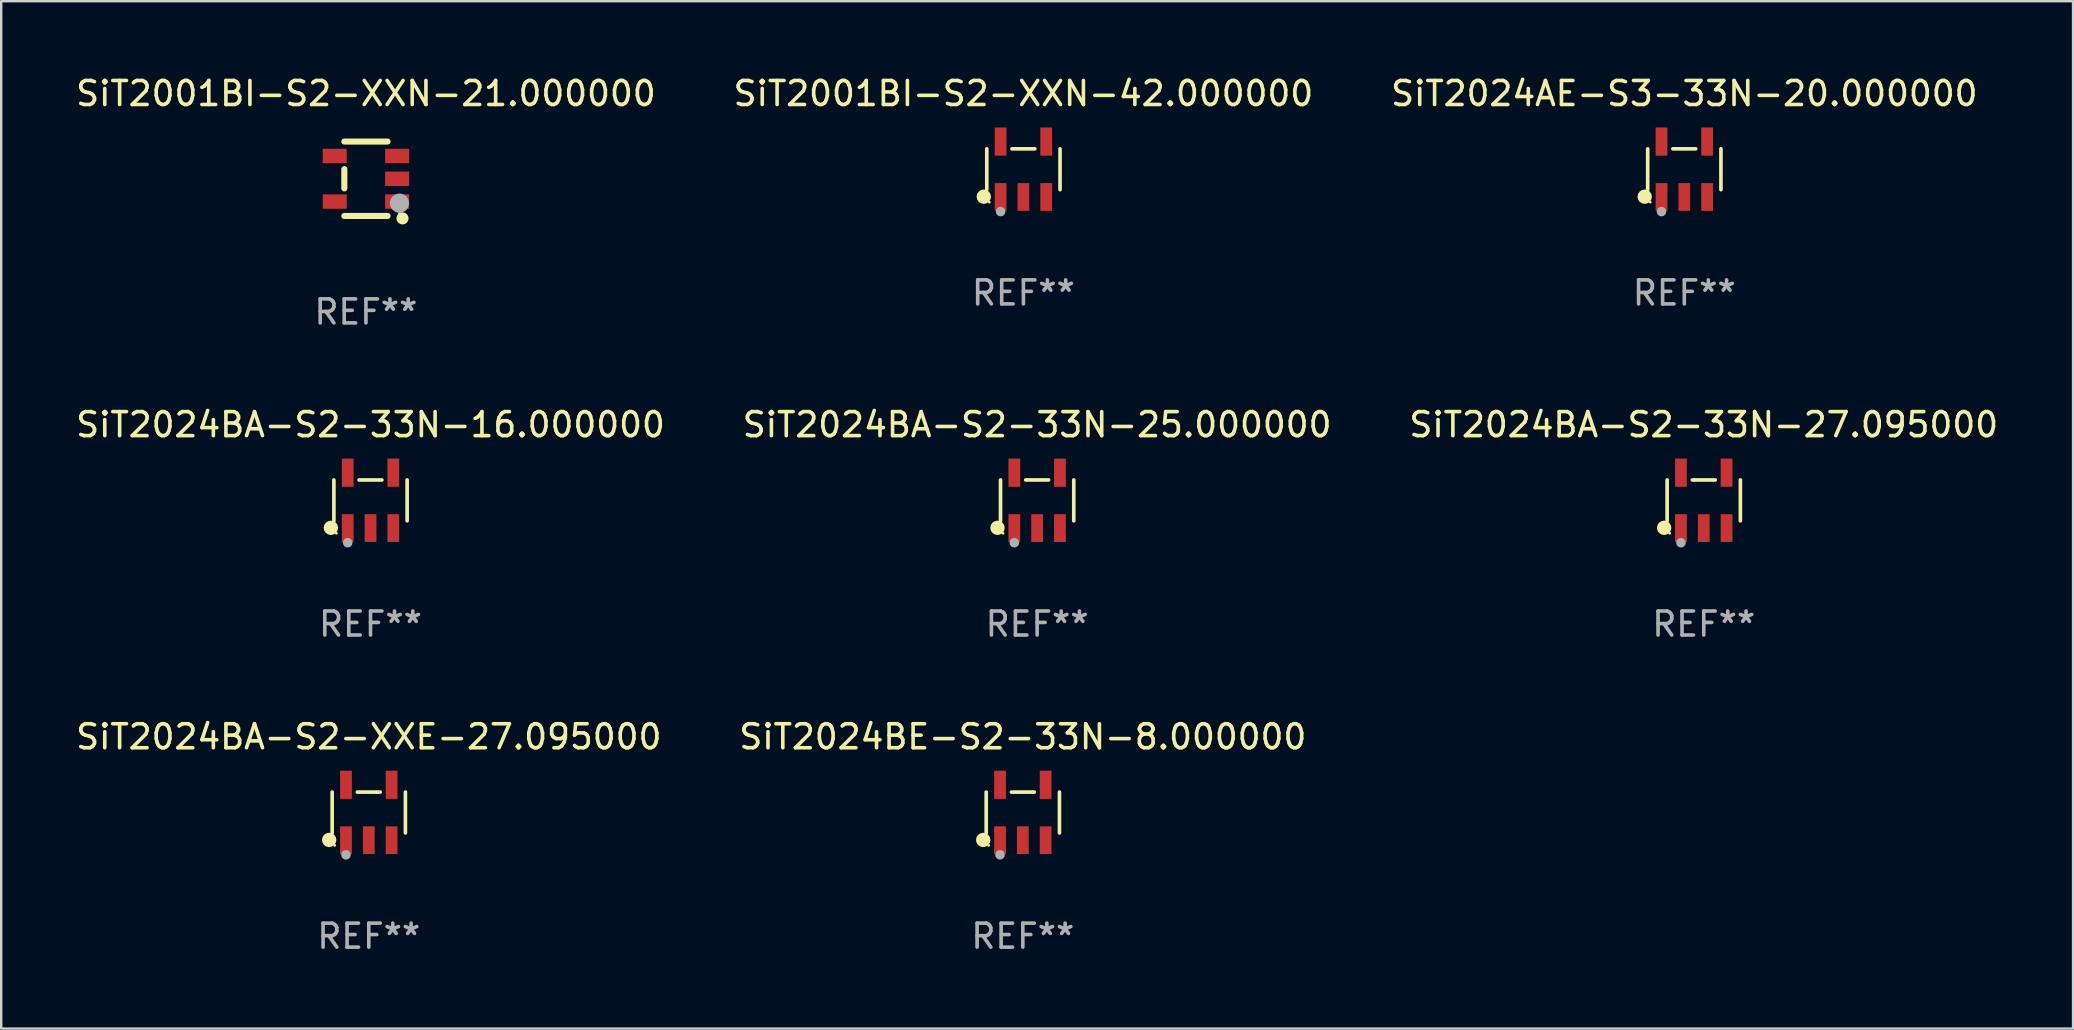
<source format=kicad_pcb>
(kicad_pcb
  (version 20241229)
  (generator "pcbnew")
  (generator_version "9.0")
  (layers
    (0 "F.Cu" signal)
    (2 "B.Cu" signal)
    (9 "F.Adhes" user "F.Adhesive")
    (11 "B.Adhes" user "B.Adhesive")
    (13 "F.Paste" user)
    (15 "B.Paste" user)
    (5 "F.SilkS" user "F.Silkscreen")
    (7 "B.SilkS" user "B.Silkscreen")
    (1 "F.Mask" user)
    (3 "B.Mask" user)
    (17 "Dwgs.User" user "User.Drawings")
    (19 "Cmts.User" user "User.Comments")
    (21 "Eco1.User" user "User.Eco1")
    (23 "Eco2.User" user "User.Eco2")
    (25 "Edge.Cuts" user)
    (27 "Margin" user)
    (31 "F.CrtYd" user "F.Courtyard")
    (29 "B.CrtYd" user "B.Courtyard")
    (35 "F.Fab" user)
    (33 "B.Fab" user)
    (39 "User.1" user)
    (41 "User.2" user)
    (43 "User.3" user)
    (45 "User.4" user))
  (footprint "SiT2024BA-S2-XXE-27.095000"
    (layer "F.Cu")
    (at 12.315 30.802)
    (property "Reference" "SiT2024BA-S2-XXE-27.095000" (at 0 -3.154 0) (layer "F.SilkS") (effects (font (size 1 1) (thickness 0.15))))
    (attr through_hole)
    (fp_line (start -1.526 0.851) (end -1.526 -0.851) (stroke (width 0.152) (type solid)) (layer "F.SilkS"))
    (fp_line (start 0.476 -0.851) (end -0.476 -0.851) (stroke (width 0.152) (type solid)) (layer "F.SilkS"))
    (fp_line (start 1.526 0.851) (end 1.526 -0.851) (stroke (width 0.152) (type solid)) (layer "F.SilkS"))
    (fp_circle (center -1.651 1.143) (end -1.501 1.143) (stroke (width 0.3) (type solid)) (fill no) (layer "F.SilkS"))
    (fp_circle (center -1.42 1.37) (end -1.39 1.37) (stroke (width 0.06) (type solid)) (fill no) (layer "F.SilkS"))
    (fp_circle (center -0.95 1.763) (end -0.85 1.763) (stroke (width 0.2) (type solid)) (fill no) (layer "F.Fab"))
    (fp_text user "REF**" (at 0 5.154 0) (layer "F.Fab") (effects (font (size 1 1) (thickness 0.15))))
    (pad "1" smd rect (at -0.95 1.154) (size 0.49 1.157) (layers "F.Cu" "F.Mask" "F.Paste"))
    (pad "2" smd rect (at 0 1.154) (size 0.49 1.157) (layers "F.Cu" "F.Mask" "F.Paste"))
    (pad "3" smd rect (at 0.95 1.154) (size 0.49 1.157) (layers "F.Cu" "F.Mask" "F.Paste"))
    (pad "4" smd rect (at 0.95 -1.154) (size 0.49 1.175) (layers "F.Cu" "F.Mask" "F.Paste"))
    (pad "5" smd rect (at -0.95 -1.154) (size 0.49 1.175) (layers "F.Cu" "F.Mask" "F.Paste")))
  (footprint "SiT2024BA-S2-33N-25.000000"
    (layer "F.Cu")
    (at 40.161 17.798)
    (property "Reference" "SiT2024BA-S2-33N-25.000000" (at 0 -3.154 0) (layer "F.SilkS") (effects (font (size 1 1) (thickness 0.15))))
    (attr through_hole)
    (fp_line (start -1.526 0.851) (end -1.526 -0.851) (stroke (width 0.152) (type solid)) (layer "F.SilkS"))
    (fp_line (start 0.476 -0.851) (end -0.476 -0.851) (stroke (width 0.152) (type solid)) (layer "F.SilkS"))
    (fp_line (start 1.526 0.851) (end 1.526 -0.851) (stroke (width 0.152) (type solid)) (layer "F.SilkS"))
    (fp_circle (center -1.651 1.143) (end -1.501 1.143) (stroke (width 0.3) (type solid)) (fill no) (layer "F.SilkS"))
    (fp_circle (center -1.42 1.37) (end -1.39 1.37) (stroke (width 0.06) (type solid)) (fill no) (layer "F.SilkS"))
    (fp_circle (center -0.95 1.763) (end -0.85 1.763) (stroke (width 0.2) (type solid)) (fill no) (layer "F.Fab"))
    (fp_text user "REF**" (at 0 5.154 0) (layer "F.Fab") (effects (font (size 1 1) (thickness 0.15))))
    (pad "1" smd rect (at -0.95 1.154) (size 0.49 1.157) (layers "F.Cu" "F.Mask" "F.Paste"))
    (pad "2" smd rect (at 0 1.154) (size 0.49 1.157) (layers "F.Cu" "F.Mask" "F.Paste"))
    (pad "3" smd rect (at 0.95 1.154) (size 0.49 1.157) (layers "F.Cu" "F.Mask" "F.Paste"))
    (pad "4" smd rect (at 0.95 -1.154) (size 0.49 1.175) (layers "F.Cu" "F.Mask" "F.Paste"))
    (pad "5" smd rect (at -0.95 -1.154) (size 0.49 1.175) (layers "F.Cu" "F.Mask" "F.Paste")))
  (footprint "SiT2001BI-S2-XXN-21.000000"
    (layer "F.Cu")
    (at 12.196 4.398)
    (property "Reference" "SiT2001BI-S2-XXN-21.000000" (at 0 -3.55 0) (layer "F.SilkS") (effects (font (size 1 1) (thickness 0.15))))
    (attr through_hole)
    (fp_line (start -0.9 -1.55) (end 0.9 -1.55) (stroke (width 0.254) (type solid)) (layer "F.SilkS"))
    (fp_line (start -0.9 0.4) (end -0.9 -0.4) (stroke (width 0.254) (type solid)) (layer "F.SilkS"))
    (fp_line (start -0.9 1.55) (end 0.9 1.55) (stroke (width 0.254) (type solid)) (layer "F.SilkS"))
    (fp_circle (center 1.4 1.45) (end 1.43 1.45) (stroke (width 0.06) (type solid)) (fill no) (layer "F.SilkS"))
    (fp_circle (center 1.524 1.651) (end 1.651 1.651) (stroke (width 0.254) (type solid)) (fill no) (layer "F.SilkS"))
    (fp_circle (center 1.397 1.016) (end 1.597 1.016) (stroke (width 0.4) (type solid)) (fill no) (layer "F.Fab"))
    (fp_text user "REF**" (at 0 5.55 0) (layer "F.Fab") (effects (font (size 1 1) (thickness 0.15))))
    (pad "1" smd rect (at 1.3 0.95) (size 1 0.6) (layers "F.Cu" "F.Mask" "F.Paste"))
    (pad "2" smd rect (at 1.3 -0.000051) (size 1 0.6) (layers "F.Cu" "F.Mask" "F.Paste"))
    (pad "3" smd rect (at 1.3 -0.95) (size 1 0.6) (layers "F.Cu" "F.Mask" "F.Paste"))
    (pad "4" smd rect (at -1.3 -0.95) (size 1 0.6) (layers "F.Cu" "F.Mask" "F.Paste"))
    (pad "5" smd rect (at -1.3 0.95) (size 1 0.6) (layers "F.Cu" "F.Mask" "F.Paste")))
  (footprint "SiT2024AE-S3-33N-20.000000"
    (layer "F.Cu")
    (at 67.125 4.002)
    (property "Reference" "SiT2024AE-S3-33N-20.000000" (at 0 -3.154 0) (layer "F.SilkS") (effects (font (size 1 1) (thickness 0.15))))
    (attr through_hole)
    (fp_line (start -1.526 0.851) (end -1.526 -0.851) (stroke (width 0.152) (type solid)) (layer "F.SilkS"))
    (fp_line (start 0.476 -0.851) (end -0.476 -0.851) (stroke (width 0.152) (type solid)) (layer "F.SilkS"))
    (fp_line (start 1.526 0.851) (end 1.526 -0.851) (stroke (width 0.152) (type solid)) (layer "F.SilkS"))
    (fp_circle (center -1.651 1.143) (end -1.501 1.143) (stroke (width 0.3) (type solid)) (fill no) (layer "F.SilkS"))
    (fp_circle (center -1.42 1.37) (end -1.39 1.37) (stroke (width 0.06) (type solid)) (fill no) (layer "F.SilkS"))
    (fp_circle (center -0.95 1.763) (end -0.85 1.763) (stroke (width 0.2) (type solid)) (fill no) (layer "F.Fab"))
    (fp_text user "REF**" (at 0 5.154 0) (layer "F.Fab") (effects (font (size 1 1) (thickness 0.15))))
    (pad "1" smd rect (at -0.95 1.154) (size 0.49 1.157) (layers "F.Cu" "F.Mask" "F.Paste"))
    (pad "2" smd rect (at 0 1.154) (size 0.49 1.157) (layers "F.Cu" "F.Mask" "F.Paste"))
    (pad "3" smd rect (at 0.95 1.154) (size 0.49 1.157) (layers "F.Cu" "F.Mask" "F.Paste"))
    (pad "4" smd rect (at 0.95 -1.154) (size 0.49 1.175) (layers "F.Cu" "F.Mask" "F.Paste"))
    (pad "5" smd rect (at -0.95 -1.154) (size 0.49 1.175) (layers "F.Cu" "F.Mask" "F.Paste")))
  (footprint "SiT2001BI-S2-XXN-42.000000"
    (layer "F.Cu")
    (at 39.589 4.002)
    (property "Reference" "SiT2001BI-S2-XXN-42.000000" (at 0 -3.154 0) (layer "F.SilkS") (effects (font (size 1 1) (thickness 0.15))))
    (attr through_hole)
    (fp_line (start -1.526 0.851) (end -1.526 -0.851) (stroke (width 0.152) (type solid)) (layer "F.SilkS"))
    (fp_line (start 0.476 -0.851) (end -0.476 -0.851) (stroke (width 0.152) (type solid)) (layer "F.SilkS"))
    (fp_line (start 1.526 0.851) (end 1.526 -0.851) (stroke (width 0.152) (type solid)) (layer "F.SilkS"))
    (fp_circle (center -1.651 1.143) (end -1.501 1.143) (stroke (width 0.3) (type solid)) (fill no) (layer "F.SilkS"))
    (fp_circle (center -1.42 1.37) (end -1.39 1.37) (stroke (width 0.06) (type solid)) (fill no) (layer "F.SilkS"))
    (fp_circle (center -0.95 1.763) (end -0.85 1.763) (stroke (width 0.2) (type solid)) (fill no) (layer "F.Fab"))
    (fp_text user "REF**" (at 0 5.154 0) (layer "F.Fab") (effects (font (size 1 1) (thickness 0.15))))
    (pad "1" smd rect (at -0.95 1.154) (size 0.49 1.157) (layers "F.Cu" "F.Mask" "F.Paste"))
    (pad "2" smd rect (at 0 1.154) (size 0.49 1.157) (layers "F.Cu" "F.Mask" "F.Paste"))
    (pad "3" smd rect (at 0.95 1.154) (size 0.49 1.157) (layers "F.Cu" "F.Mask" "F.Paste"))
    (pad "4" smd rect (at 0.95 -1.154) (size 0.49 1.175) (layers "F.Cu" "F.Mask" "F.Paste"))
    (pad "5" smd rect (at -0.95 -1.154) (size 0.49 1.175) (layers "F.Cu" "F.Mask" "F.Paste")))
  (footprint "SiT2024BA-S2-33N-27.095000"
    (layer "F.Cu")
    (at 67.935 17.798)
    (property "Reference" "SiT2024BA-S2-33N-27.095000" (at 0 -3.154 0) (layer "F.SilkS") (effects (font (size 1 1) (thickness 0.15))))
    (attr through_hole)
    (fp_line (start -1.526 0.851) (end -1.526 -0.851) (stroke (width 0.152) (type solid)) (layer "F.SilkS"))
    (fp_line (start 0.476 -0.851) (end -0.476 -0.851) (stroke (width 0.152) (type solid)) (layer "F.SilkS"))
    (fp_line (start 1.526 0.851) (end 1.526 -0.851) (stroke (width 0.152) (type solid)) (layer "F.SilkS"))
    (fp_circle (center -1.651 1.143) (end -1.501 1.143) (stroke (width 0.3) (type solid)) (fill no) (layer "F.SilkS"))
    (fp_circle (center -1.42 1.37) (end -1.39 1.37) (stroke (width 0.06) (type solid)) (fill no) (layer "F.SilkS"))
    (fp_circle (center -0.95 1.763) (end -0.85 1.763) (stroke (width 0.2) (type solid)) (fill no) (layer "F.Fab"))
    (fp_text user "REF**" (at 0 5.154 0) (layer "F.Fab") (effects (font (size 1 1) (thickness 0.15))))
    (pad "1" smd rect (at -0.95 1.154) (size 0.49 1.157) (layers "F.Cu" "F.Mask" "F.Paste"))
    (pad "2" smd rect (at 0 1.154) (size 0.49 1.157) (layers "F.Cu" "F.Mask" "F.Paste"))
    (pad "3" smd rect (at 0.95 1.154) (size 0.49 1.157) (layers "F.Cu" "F.Mask" "F.Paste"))
    (pad "4" smd rect (at 0.95 -1.154) (size 0.49 1.175) (layers "F.Cu" "F.Mask" "F.Paste"))
    (pad "5" smd rect (at -0.95 -1.154) (size 0.49 1.175) (layers "F.Cu" "F.Mask" "F.Paste")))
  (footprint "SiT2024BA-S2-33N-16.000000"
    (layer "F.Cu")
    (at 12.387 17.798)
    (property "Reference" "SiT2024BA-S2-33N-16.000000" (at 0 -3.154 0) (layer "F.SilkS") (effects (font (size 1 1) (thickness 0.15))))
    (attr through_hole)
    (fp_line (start -1.526 0.851) (end -1.526 -0.851) (stroke (width 0.152) (type solid)) (layer "F.SilkS"))
    (fp_line (start 0.476 -0.851) (end -0.476 -0.851) (stroke (width 0.152) (type solid)) (layer "F.SilkS"))
    (fp_line (start 1.526 0.851) (end 1.526 -0.851) (stroke (width 0.152) (type solid)) (layer "F.SilkS"))
    (fp_circle (center -1.651 1.143) (end -1.501 1.143) (stroke (width 0.3) (type solid)) (fill no) (layer "F.SilkS"))
    (fp_circle (center -1.42 1.37) (end -1.39 1.37) (stroke (width 0.06) (type solid)) (fill no) (layer "F.SilkS"))
    (fp_circle (center -0.95 1.763) (end -0.85 1.763) (stroke (width 0.2) (type solid)) (fill no) (layer "F.Fab"))
    (fp_text user "REF**" (at 0 5.154 0) (layer "F.Fab") (effects (font (size 1 1) (thickness 0.15))))
    (pad "1" smd rect (at -0.95 1.154) (size 0.49 1.157) (layers "F.Cu" "F.Mask" "F.Paste"))
    (pad "2" smd rect (at 0 1.154) (size 0.49 1.157) (layers "F.Cu" "F.Mask" "F.Paste"))
    (pad "3" smd rect (at 0.95 1.154) (size 0.49 1.157) (layers "F.Cu" "F.Mask" "F.Paste"))
    (pad "4" smd rect (at 0.95 -1.154) (size 0.49 1.175) (layers "F.Cu" "F.Mask" "F.Paste"))
    (pad "5" smd rect (at -0.95 -1.154) (size 0.49 1.175) (layers "F.Cu" "F.Mask" "F.Paste")))
  (footprint "SiT2024BE-S2-33N-8.000000"
    (layer "F.Cu")
    (at 39.565 30.802)
    (property "Reference" "SiT2024BE-S2-33N-8.000000" (at 0 -3.154 0) (layer "F.SilkS") (effects (font (size 1 1) (thickness 0.15))))
    (attr through_hole)
    (fp_line (start -1.526 0.851) (end -1.526 -0.851) (stroke (width 0.152) (type solid)) (layer "F.SilkS"))
    (fp_line (start 0.476 -0.851) (end -0.476 -0.851) (stroke (width 0.152) (type solid)) (layer "F.SilkS"))
    (fp_line (start 1.526 0.851) (end 1.526 -0.851) (stroke (width 0.152) (type solid)) (layer "F.SilkS"))
    (fp_circle (center -1.651 1.143) (end -1.501 1.143) (stroke (width 0.3) (type solid)) (fill no) (layer "F.SilkS"))
    (fp_circle (center -1.42 1.37) (end -1.39 1.37) (stroke (width 0.06) (type solid)) (fill no) (layer "F.SilkS"))
    (fp_circle (center -0.95 1.763) (end -0.85 1.763) (stroke (width 0.2) (type solid)) (fill no) (layer "F.Fab"))
    (fp_text user "REF**" (at 0 5.154 0) (layer "F.Fab") (effects (font (size 1 1) (thickness 0.15))))
    (pad "1" smd rect (at -0.95 1.154) (size 0.49 1.157) (layers "F.Cu" "F.Mask" "F.Paste"))
    (pad "2" smd rect (at 0 1.154) (size 0.49 1.157) (layers "F.Cu" "F.Mask" "F.Paste"))
    (pad "3" smd rect (at 0.95 1.154) (size 0.49 1.157) (layers "F.Cu" "F.Mask" "F.Paste"))
    (pad "4" smd rect (at 0.95 -1.154) (size 0.49 1.175) (layers "F.Cu" "F.Mask" "F.Paste"))
    (pad "5" smd rect (at -0.95 -1.154) (size 0.49 1.175) (layers "F.Cu" "F.Mask" "F.Paste")))
  (gr_rect
    (start -3 -3)
    (end 83.321 39.804)
    (stroke (width 0.1) (type default))
    (fill no)
    (layer "Edge.Cuts")))
</source>
